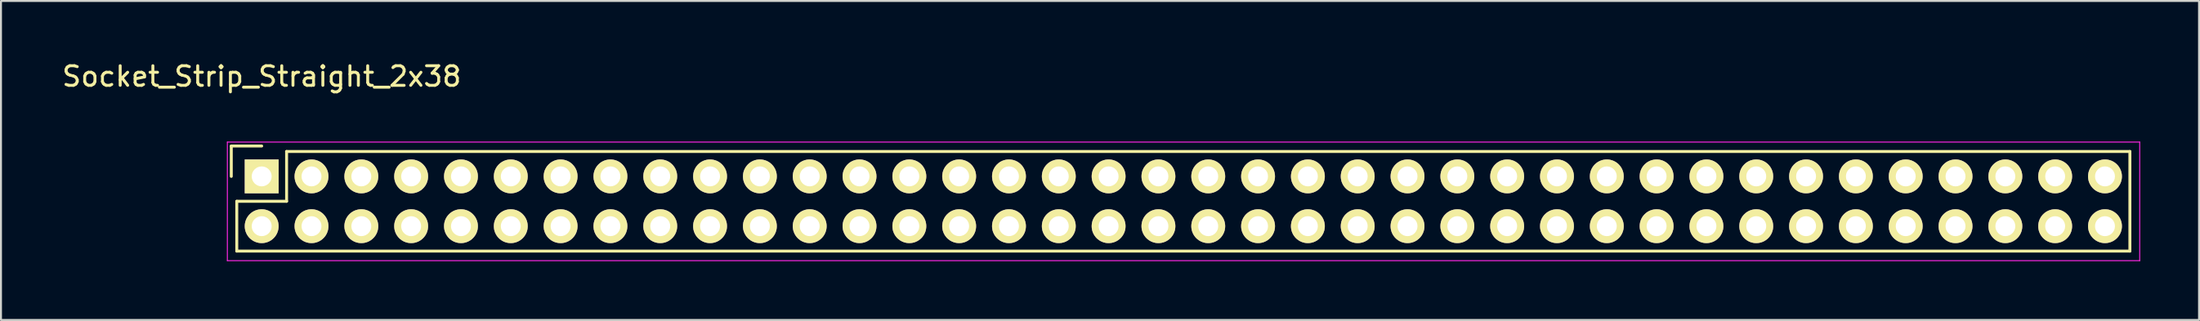
<source format=kicad_pcb>
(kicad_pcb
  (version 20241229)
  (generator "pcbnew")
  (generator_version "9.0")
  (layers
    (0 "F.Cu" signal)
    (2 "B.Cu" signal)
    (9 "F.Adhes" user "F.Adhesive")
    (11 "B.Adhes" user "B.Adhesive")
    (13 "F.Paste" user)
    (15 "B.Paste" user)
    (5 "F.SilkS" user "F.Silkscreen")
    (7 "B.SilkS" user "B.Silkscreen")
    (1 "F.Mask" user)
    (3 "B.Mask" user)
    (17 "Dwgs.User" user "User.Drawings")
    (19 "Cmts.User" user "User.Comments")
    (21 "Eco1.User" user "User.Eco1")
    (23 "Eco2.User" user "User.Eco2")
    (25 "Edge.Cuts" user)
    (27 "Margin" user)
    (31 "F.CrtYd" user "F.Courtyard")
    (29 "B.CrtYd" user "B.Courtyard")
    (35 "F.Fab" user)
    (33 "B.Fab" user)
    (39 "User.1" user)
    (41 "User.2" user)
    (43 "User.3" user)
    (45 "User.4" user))
  (footprint "Socket_Strip_Straight_2x38"
    (layer "F.Cu")
    (at 10.292 5.948)
    (property "Reference" "Socket_Strip_Straight_2x38" (at 0 -5.1 0) (layer "F.SilkS") (effects (font (size 1 1) (thickness 0.15))))
    (attr through_hole)
    (fp_line (start -1.55 -1.55) (end -1.55 0) (stroke (width 0.15) (type solid)) (layer "F.SilkS"))
    (fp_line (start -1.27 1.27) (end 1.27 1.27) (stroke (width 0.15) (type solid)) (layer "F.SilkS"))
    (fp_line (start -1.27 3.81) (end -1.27 1.27) (stroke (width 0.15) (type solid)) (layer "F.SilkS"))
    (fp_line (start -1.27 3.81) (end 95.25 3.81) (stroke (width 0.15) (type solid)) (layer "F.SilkS"))
    (fp_line (start 0 -1.55) (end -1.55 -1.55) (stroke (width 0.15) (type solid)) (layer "F.SilkS"))
    (fp_line (start 1.27 1.27) (end 1.27 -1.27) (stroke (width 0.15) (type solid)) (layer "F.SilkS"))
    (fp_line (start 95.25 -1.27) (end 1.27 -1.27) (stroke (width 0.15) (type solid)) (layer "F.SilkS"))
    (fp_line (start 95.25 3.81) (end 95.25 -1.27) (stroke (width 0.15) (type solid)) (layer "F.SilkS"))
    (fp_line (start -1.75 -1.75) (end -1.75 4.3) (stroke (width 0.05) (type solid)) (layer "F.CrtYd"))
    (fp_line (start -1.75 -1.75) (end 95.75 -1.75) (stroke (width 0.05) (type solid)) (layer "F.CrtYd"))
    (fp_line (start -1.75 4.3) (end 95.75 4.3) (stroke (width 0.05) (type solid)) (layer "F.CrtYd"))
    (fp_line (start 95.75 -1.75) (end 95.75 4.3) (stroke (width 0.05) (type solid)) (layer "F.CrtYd"))
    (pad "1" thru_hole rect (at 0 0) (size 1.727 1.727) (drill 1.016) (layers "*.Cu" "*.Mask" "F.SilkS"))
    (pad "2" thru_hole oval (at 0 2.54) (size 1.727 1.727) (drill 1.016) (layers "*.Cu" "*.Mask" "F.SilkS"))
    (pad "3" thru_hole oval (at 2.54 0) (size 1.727 1.727) (drill 1.016) (layers "*.Cu" "*.Mask" "F.SilkS"))
    (pad "4" thru_hole oval (at 2.54 2.54) (size 1.727 1.727) (drill 1.016) (layers "*.Cu" "*.Mask" "F.SilkS"))
    (pad "5" thru_hole oval (at 5.08 0) (size 1.727 1.727) (drill 1.016) (layers "*.Cu" "*.Mask" "F.SilkS"))
    (pad "6" thru_hole oval (at 5.08 2.54) (size 1.727 1.727) (drill 1.016) (layers "*.Cu" "*.Mask" "F.SilkS"))
    (pad "7" thru_hole oval (at 7.62 0) (size 1.727 1.727) (drill 1.016) (layers "*.Cu" "*.Mask" "F.SilkS"))
    (pad "8" thru_hole oval (at 7.62 2.54) (size 1.727 1.727) (drill 1.016) (layers "*.Cu" "*.Mask" "F.SilkS"))
    (pad "9" thru_hole oval (at 10.16 0) (size 1.727 1.727) (drill 1.016) (layers "*.Cu" "*.Mask" "F.SilkS"))
    (pad "10" thru_hole oval (at 10.16 2.54) (size 1.727 1.727) (drill 1.016) (layers "*.Cu" "*.Mask" "F.SilkS"))
    (pad "11" thru_hole oval (at 12.7 0) (size 1.727 1.727) (drill 1.016) (layers "*.Cu" "*.Mask" "F.SilkS"))
    (pad "12" thru_hole oval (at 12.7 2.54) (size 1.727 1.727) (drill 1.016) (layers "*.Cu" "*.Mask" "F.SilkS"))
    (pad "13" thru_hole oval (at 15.24 0) (size 1.727 1.727) (drill 1.016) (layers "*.Cu" "*.Mask" "F.SilkS"))
    (pad "14" thru_hole oval (at 15.24 2.54) (size 1.727 1.727) (drill 1.016) (layers "*.Cu" "*.Mask" "F.SilkS"))
    (pad "15" thru_hole oval (at 17.78 0) (size 1.727 1.727) (drill 1.016) (layers "*.Cu" "*.Mask" "F.SilkS"))
    (pad "16" thru_hole oval (at 17.78 2.54) (size 1.727 1.727) (drill 1.016) (layers "*.Cu" "*.Mask" "F.SilkS"))
    (pad "17" thru_hole oval (at 20.32 0) (size 1.727 1.727) (drill 1.016) (layers "*.Cu" "*.Mask" "F.SilkS"))
    (pad "18" thru_hole oval (at 20.32 2.54) (size 1.727 1.727) (drill 1.016) (layers "*.Cu" "*.Mask" "F.SilkS"))
    (pad "19" thru_hole oval (at 22.86 0) (size 1.727 1.727) (drill 1.016) (layers "*.Cu" "*.Mask" "F.SilkS"))
    (pad "20" thru_hole oval (at 22.86 2.54) (size 1.727 1.727) (drill 1.016) (layers "*.Cu" "*.Mask" "F.SilkS"))
    (pad "21" thru_hole oval (at 25.4 0) (size 1.727 1.727) (drill 1.016) (layers "*.Cu" "*.Mask" "F.SilkS"))
    (pad "22" thru_hole oval (at 25.4 2.54) (size 1.727 1.727) (drill 1.016) (layers "*.Cu" "*.Mask" "F.SilkS"))
    (pad "23" thru_hole oval (at 27.94 0) (size 1.727 1.727) (drill 1.016) (layers "*.Cu" "*.Mask" "F.SilkS"))
    (pad "24" thru_hole oval (at 27.94 2.54) (size 1.727 1.727) (drill 1.016) (layers "*.Cu" "*.Mask" "F.SilkS"))
    (pad "25" thru_hole oval (at 30.48 0) (size 1.727 1.727) (drill 1.016) (layers "*.Cu" "*.Mask" "F.SilkS"))
    (pad "26" thru_hole oval (at 30.48 2.54) (size 1.727 1.727) (drill 1.016) (layers "*.Cu" "*.Mask" "F.SilkS"))
    (pad "27" thru_hole oval (at 33.02 0) (size 1.727 1.727) (drill 1.016) (layers "*.Cu" "*.Mask" "F.SilkS"))
    (pad "28" thru_hole oval (at 33.02 2.54) (size 1.727 1.727) (drill 1.016) (layers "*.Cu" "*.Mask" "F.SilkS"))
    (pad "29" thru_hole oval (at 35.56 0) (size 1.727 1.727) (drill 1.016) (layers "*.Cu" "*.Mask" "F.SilkS"))
    (pad "30" thru_hole oval (at 35.56 2.54) (size 1.727 1.727) (drill 1.016) (layers "*.Cu" "*.Mask" "F.SilkS"))
    (pad "31" thru_hole oval (at 38.1 0) (size 1.727 1.727) (drill 1.016) (layers "*.Cu" "*.Mask" "F.SilkS"))
    (pad "32" thru_hole oval (at 38.1 2.54) (size 1.727 1.727) (drill 1.016) (layers "*.Cu" "*.Mask" "F.SilkS"))
    (pad "33" thru_hole oval (at 40.64 0) (size 1.727 1.727) (drill 1.016) (layers "*.Cu" "*.Mask" "F.SilkS"))
    (pad "34" thru_hole oval (at 40.64 2.54) (size 1.727 1.727) (drill 1.016) (layers "*.Cu" "*.Mask" "F.SilkS"))
    (pad "35" thru_hole oval (at 43.18 0) (size 1.727 1.727) (drill 1.016) (layers "*.Cu" "*.Mask" "F.SilkS"))
    (pad "36" thru_hole oval (at 43.18 2.54) (size 1.727 1.727) (drill 1.016) (layers "*.Cu" "*.Mask" "F.SilkS"))
    (pad "37" thru_hole oval (at 45.72 0) (size 1.727 1.727) (drill 1.016) (layers "*.Cu" "*.Mask" "F.SilkS"))
    (pad "38" thru_hole oval (at 45.72 2.54) (size 1.727 1.727) (drill 1.016) (layers "*.Cu" "*.Mask" "F.SilkS"))
    (pad "39" thru_hole oval (at 48.26 0) (size 1.727 1.727) (drill 1.016) (layers "*.Cu" "*.Mask" "F.SilkS"))
    (pad "40" thru_hole oval (at 48.26 2.54) (size 1.727 1.727) (drill 1.016) (layers "*.Cu" "*.Mask" "F.SilkS"))
    (pad "41" thru_hole oval (at 50.8 0) (size 1.727 1.727) (drill 1.016) (layers "*.Cu" "*.Mask" "F.SilkS"))
    (pad "42" thru_hole oval (at 50.8 2.54) (size 1.727 1.727) (drill 1.016) (layers "*.Cu" "*.Mask" "F.SilkS"))
    (pad "43" thru_hole oval (at 53.34 0) (size 1.727 1.727) (drill 1.016) (layers "*.Cu" "*.Mask" "F.SilkS"))
    (pad "44" thru_hole oval (at 53.34 2.54) (size 1.727 1.727) (drill 1.016) (layers "*.Cu" "*.Mask" "F.SilkS"))
    (pad "45" thru_hole oval (at 55.88 0) (size 1.727 1.727) (drill 1.016) (layers "*.Cu" "*.Mask" "F.SilkS"))
    (pad "46" thru_hole oval (at 55.88 2.54) (size 1.727 1.727) (drill 1.016) (layers "*.Cu" "*.Mask" "F.SilkS"))
    (pad "47" thru_hole oval (at 58.42 0) (size 1.727 1.727) (drill 1.016) (layers "*.Cu" "*.Mask" "F.SilkS"))
    (pad "48" thru_hole oval (at 58.42 2.54) (size 1.727 1.727) (drill 1.016) (layers "*.Cu" "*.Mask" "F.SilkS"))
    (pad "49" thru_hole oval (at 60.96 0) (size 1.727 1.727) (drill 1.016) (layers "*.Cu" "*.Mask" "F.SilkS"))
    (pad "50" thru_hole oval (at 60.96 2.54) (size 1.727 1.727) (drill 1.016) (layers "*.Cu" "*.Mask" "F.SilkS"))
    (pad "51" thru_hole oval (at 63.5 0) (size 1.727 1.727) (drill 1.016) (layers "*.Cu" "*.Mask" "F.SilkS"))
    (pad "52" thru_hole oval (at 63.5 2.54) (size 1.727 1.727) (drill 1.016) (layers "*.Cu" "*.Mask" "F.SilkS"))
    (pad "53" thru_hole oval (at 66.04 0) (size 1.727 1.727) (drill 1.016) (layers "*.Cu" "*.Mask" "F.SilkS"))
    (pad "54" thru_hole oval (at 66.04 2.54) (size 1.727 1.727) (drill 1.016) (layers "*.Cu" "*.Mask" "F.SilkS"))
    (pad "55" thru_hole oval (at 68.58 0) (size 1.727 1.727) (drill 1.016) (layers "*.Cu" "*.Mask" "F.SilkS"))
    (pad "56" thru_hole oval (at 68.58 2.54) (size 1.727 1.727) (drill 1.016) (layers "*.Cu" "*.Mask" "F.SilkS"))
    (pad "57" thru_hole oval (at 71.12 0) (size 1.727 1.727) (drill 1.016) (layers "*.Cu" "*.Mask" "F.SilkS"))
    (pad "58" thru_hole oval (at 71.12 2.54) (size 1.727 1.727) (drill 1.016) (layers "*.Cu" "*.Mask" "F.SilkS"))
    (pad "59" thru_hole oval (at 73.66 0) (size 1.727 1.727) (drill 1.016) (layers "*.Cu" "*.Mask" "F.SilkS"))
    (pad "60" thru_hole oval (at 73.66 2.54) (size 1.727 1.727) (drill 1.016) (layers "*.Cu" "*.Mask" "F.SilkS"))
    (pad "61" thru_hole oval (at 76.2 0) (size 1.727 1.727) (drill 1.016) (layers "*.Cu" "*.Mask" "F.SilkS"))
    (pad "62" thru_hole oval (at 76.2 2.54) (size 1.727 1.727) (drill 1.016) (layers "*.Cu" "*.Mask" "F.SilkS"))
    (pad "63" thru_hole oval (at 78.74 0) (size 1.727 1.727) (drill 1.016) (layers "*.Cu" "*.Mask" "F.SilkS"))
    (pad "64" thru_hole oval (at 78.74 2.54) (size 1.727 1.727) (drill 1.016) (layers "*.Cu" "*.Mask" "F.SilkS"))
    (pad "65" thru_hole oval (at 81.28 0) (size 1.727 1.727) (drill 1.016) (layers "*.Cu" "*.Mask" "F.SilkS"))
    (pad "66" thru_hole oval (at 81.28 2.54) (size 1.727 1.727) (drill 1.016) (layers "*.Cu" "*.Mask" "F.SilkS"))
    (pad "67" thru_hole oval (at 83.82 0) (size 1.727 1.727) (drill 1.016) (layers "*.Cu" "*.Mask" "F.SilkS"))
    (pad "68" thru_hole oval (at 83.82 2.54) (size 1.727 1.727) (drill 1.016) (layers "*.Cu" "*.Mask" "F.SilkS"))
    (pad "69" thru_hole oval (at 86.36 0) (size 1.727 1.727) (drill 1.016) (layers "*.Cu" "*.Mask" "F.SilkS"))
    (pad "70" thru_hole oval (at 86.36 2.54) (size 1.727 1.727) (drill 1.016) (layers "*.Cu" "*.Mask" "F.SilkS"))
    (pad "71" thru_hole oval (at 88.9 0) (size 1.727 1.727) (drill 1.016) (layers "*.Cu" "*.Mask" "F.SilkS"))
    (pad "72" thru_hole oval (at 88.9 2.54) (size 1.727 1.727) (drill 1.016) (layers "*.Cu" "*.Mask" "F.SilkS"))
    (pad "73" thru_hole oval (at 91.44 0) (size 1.727 1.727) (drill 1.016) (layers "*.Cu" "*.Mask" "F.SilkS"))
    (pad "74" thru_hole oval (at 91.44 2.54) (size 1.727 1.727) (drill 1.016) (layers "*.Cu" "*.Mask" "F.SilkS"))
    (pad "75" thru_hole oval (at 93.98 0) (size 1.727 1.727) (drill 1.016) (layers "*.Cu" "*.Mask" "F.SilkS"))
    (pad "76" thru_hole oval (at 93.98 2.54) (size 1.727 1.727) (drill 1.016) (layers "*.Cu" "*.Mask" "F.SilkS")))
  (gr_rect
    (start -3 -3)
    (end 109.067 13.273)
    (stroke (width 0.1) (type default))
    (fill no)
    (layer "Edge.Cuts")))
</source>
